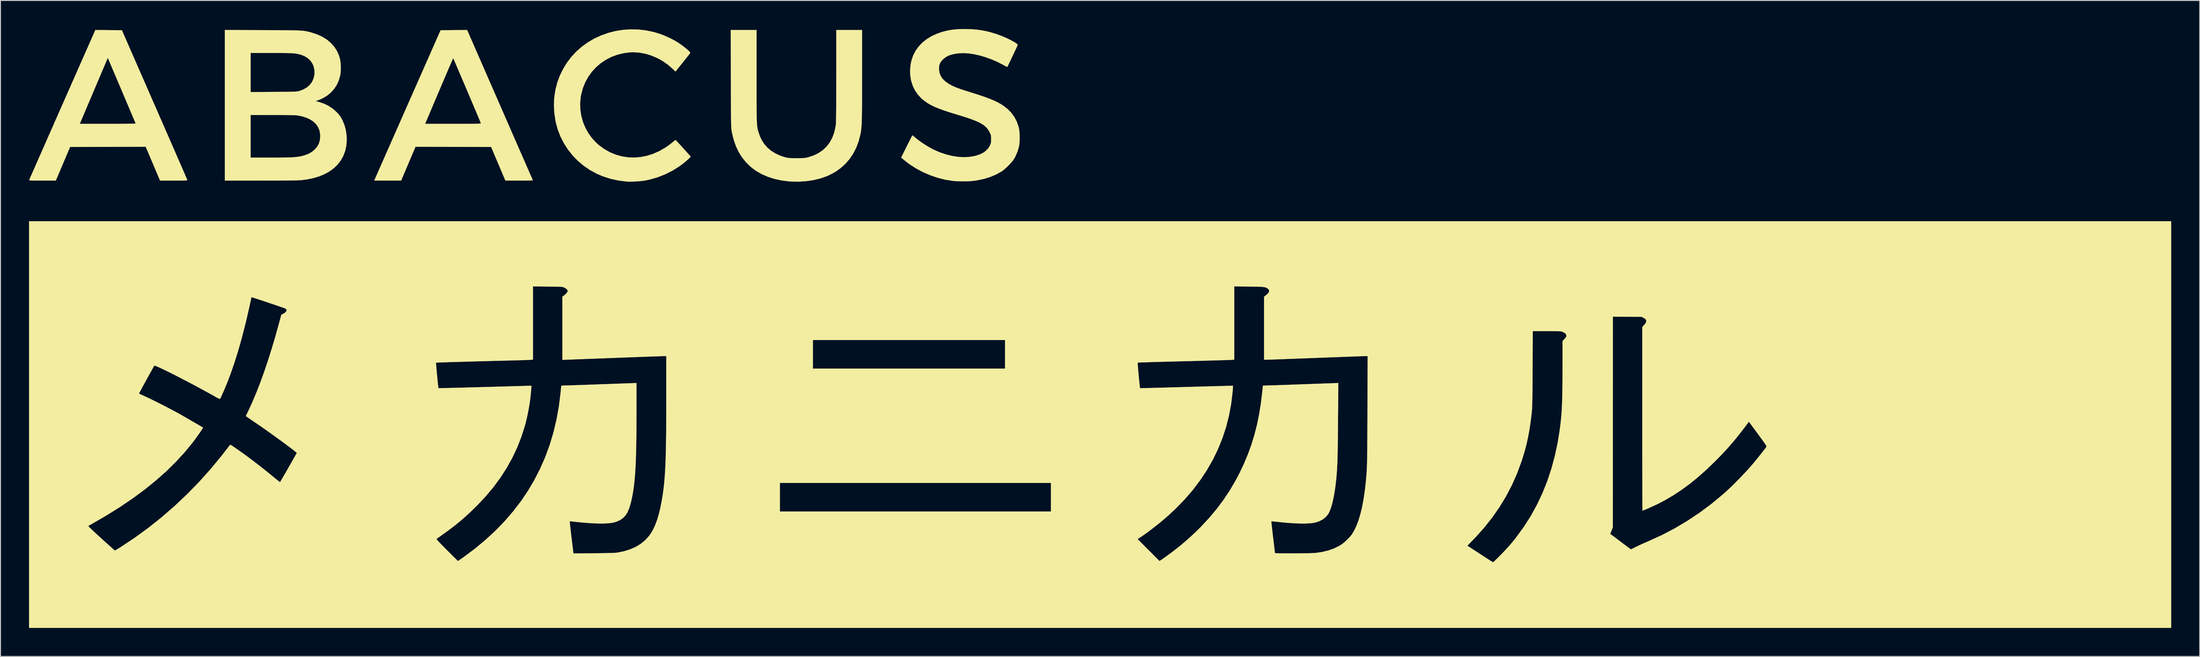
<source format=kicad_pcb>
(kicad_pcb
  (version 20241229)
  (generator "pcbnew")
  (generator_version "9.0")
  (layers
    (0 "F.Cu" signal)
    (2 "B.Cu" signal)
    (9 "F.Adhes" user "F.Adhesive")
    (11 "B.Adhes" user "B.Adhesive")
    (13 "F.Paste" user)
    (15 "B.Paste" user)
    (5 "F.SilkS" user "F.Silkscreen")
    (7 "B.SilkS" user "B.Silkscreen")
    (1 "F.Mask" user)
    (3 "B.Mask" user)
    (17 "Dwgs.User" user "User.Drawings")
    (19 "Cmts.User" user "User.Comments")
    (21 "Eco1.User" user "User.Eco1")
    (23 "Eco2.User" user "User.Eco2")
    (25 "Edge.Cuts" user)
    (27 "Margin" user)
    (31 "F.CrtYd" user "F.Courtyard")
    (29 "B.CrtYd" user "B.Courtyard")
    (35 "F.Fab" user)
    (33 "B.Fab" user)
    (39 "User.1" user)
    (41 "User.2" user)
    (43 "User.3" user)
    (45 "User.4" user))
  (footprint "art"
    (layer "F.Cu")
    (at 112.569 31.475)
    (property "Reference" "art" (at 0 0 0) (layer "F.SilkS") (effects (font (size 1.524 1.524) (thickness 0.3))))
    (attr through_hole)
    (fp_poly (pts (xy -63.079 -23.485) (xy -62.739 -22.708) (xy -62.409 -21.952) (xy -62.089 -21.22) (xy -61.782 -20.517) (xy -61.488 -19.844) (xy -61.209 -19.207) (xy -60.948 -18.609) (xy -60.705 -18.054) (xy -60.482 -17.544) (xy -60.282 -17.085) (xy -60.104 -16.679) (xy -59.951 -16.331) (xy -59.826 -16.043) (xy -59.728 -15.82) (xy -59.66 -15.665) (xy -59.623 -15.582) (xy -59.617 -15.568) (xy -59.654 -15.561) (xy -59.766 -15.554) (xy -59.943 -15.548) (xy -60.177 -15.543) (xy -60.457 -15.539) (xy -60.774 -15.537) (xy -61.053 -15.536) (xy -62.505 -15.537) (xy -63.254 -17.304) (xy -64.002 -19.071) (xy -71.951 -19.093) (xy -72.323 -18.214) (xy -72.461 -17.887) (xy -72.62 -17.513) (xy -72.786 -17.123) (xy -72.945 -16.747) (xy -73.077 -16.436) (xy -73.459 -15.536) (xy -74.872 -15.536) (xy -75.208 -15.537) (xy -75.516 -15.538) (xy -75.785 -15.539) (xy -76.006 -15.541) (xy -76.169 -15.543) (xy -76.264 -15.545) (xy -76.284 -15.547) (xy -76.267 -15.586) (xy -76.218 -15.699) (xy -76.138 -15.882) (xy -76.028 -16.132) (xy -75.89 -16.445) (xy -75.726 -16.816) (xy -75.538 -17.244) (xy -75.326 -17.723) (xy -75.094 -18.251) (xy -74.841 -18.824) (xy -74.57 -19.437) (xy -74.283 -20.088) (xy -73.981 -20.773) (xy -73.665 -21.488) (xy -73.658 -21.505) (xy -70.939 -21.505) (xy -67.998 -21.505) (xy -67.427 -21.505) (xy -66.936 -21.506) (xy -66.517 -21.507) (xy -66.166 -21.508) (xy -65.876 -21.51) (xy -65.642 -21.513) (xy -65.459 -21.517) (xy -65.319 -21.522) (xy -65.218 -21.528) (xy -65.149 -21.536) (xy -65.108 -21.546) (xy -65.087 -21.557) (xy -65.082 -21.57) (xy -65.084 -21.579) (xy -65.114 -21.653) (xy -65.172 -21.795) (xy -65.257 -21.998) (xy -65.364 -22.255) (xy -65.492 -22.56) (xy -65.638 -22.905) (xy -65.798 -23.283) (xy -65.97 -23.689) (xy -66.151 -24.115) (xy -66.338 -24.555) (xy -66.527 -25.001) (xy -66.717 -25.447) (xy -66.904 -25.886) (xy -67.085 -26.311) (xy -67.258 -26.715) (xy -67.419 -27.092) (xy -67.566 -27.435) (xy -67.696 -27.736) (xy -67.805 -27.99) (xy -67.892 -28.19) (xy -67.952 -28.327) (xy -67.984 -28.397) (xy -67.988 -28.404) (xy -68.008 -28.366) (xy -68.058 -28.256) (xy -68.136 -28.079) (xy -68.24 -27.84) (xy -68.367 -27.546) (xy -68.516 -27.202) (xy -68.683 -26.812) (xy -68.866 -26.384) (xy -69.063 -25.922) (xy -69.272 -25.432) (xy -69.475 -24.956) (xy -70.939 -21.505) (xy -73.658 -21.505) (xy -73.338 -22.23) (xy -73.001 -22.994) (xy -72.798 -23.453) (xy -69.312 -31.348) (xy -67.918 -31.359) (xy -66.524 -31.37) (xy -63.079 -23.485)) (stroke (width 0.01) (type solid)) (fill yes) (layer "F.SilkS"))
    (fp_poly (pts (xy -48.549 -31.421) (xy -47.736 -31.329) (xy -46.925 -31.159) (xy -46.339 -30.986) (xy -45.975 -30.853) (xy -45.58 -30.688) (xy -45.182 -30.503) (xy -44.805 -30.31) (xy -44.477 -30.123) (xy -44.408 -30.079) (xy -44.188 -29.932) (xy -43.962 -29.771) (xy -43.742 -29.605) (xy -43.537 -29.441) (xy -43.357 -29.288) (xy -43.213 -29.155) (xy -43.114 -29.05) (xy -43.072 -28.981) (xy -43.072 -28.968) (xy -43.103 -28.923) (xy -43.18 -28.82) (xy -43.296 -28.669) (xy -43.446 -28.479) (xy -43.62 -28.258) (xy -43.814 -28.015) (xy -43.86 -27.957) (xy -44.629 -26.999) (xy -44.91 -27.274) (xy -45.417 -27.718) (xy -45.968 -28.104) (xy -46.555 -28.428) (xy -47.168 -28.687) (xy -47.796 -28.877) (xy -48.43 -28.993) (xy -49.061 -29.033) (xy -49.38 -29.023) (xy -50.072 -28.936) (xy -50.732 -28.775) (xy -51.358 -28.542) (xy -51.942 -28.243) (xy -52.482 -27.881) (xy -52.973 -27.46) (xy -53.411 -26.984) (xy -53.79 -26.458) (xy -54.106 -25.886) (xy -54.356 -25.27) (xy -54.533 -24.617) (xy -54.591 -24.299) (xy -54.649 -23.639) (xy -54.627 -22.981) (xy -54.526 -22.332) (xy -54.35 -21.701) (xy -54.103 -21.096) (xy -53.786 -20.524) (xy -53.402 -19.993) (xy -52.956 -19.511) (xy -52.68 -19.265) (xy -52.119 -18.854) (xy -51.528 -18.52) (xy -50.912 -18.263) (xy -50.276 -18.083) (xy -49.625 -17.981) (xy -48.964 -17.956) (xy -48.299 -18.01) (xy -47.634 -18.141) (xy -46.974 -18.35) (xy -46.326 -18.637) (xy -45.694 -19.003) (xy -45.614 -19.055) (xy -45.413 -19.195) (xy -45.205 -19.348) (xy -45.019 -19.492) (xy -44.918 -19.576) (xy -44.791 -19.682) (xy -44.687 -19.761) (xy -44.624 -19.8) (xy -44.613 -19.802) (xy -44.578 -19.769) (xy -44.493 -19.681) (xy -44.368 -19.546) (xy -44.208 -19.372) (xy -44.023 -19.169) (xy -43.819 -18.943) (xy -43.801 -18.923) (xy -43.02 -18.055) (xy -43.153 -17.914) (xy -43.296 -17.775) (xy -43.49 -17.604) (xy -43.716 -17.417) (xy -43.957 -17.229) (xy -44.193 -17.056) (xy -44.26 -17.009) (xy -44.955 -16.576) (xy -45.7 -16.202) (xy -46.478 -15.894) (xy -47.273 -15.659) (xy -47.863 -15.536) (xy -48.108 -15.502) (xy -48.406 -15.472) (xy -48.732 -15.449) (xy -49.062 -15.433) (xy -49.371 -15.426) (xy -49.636 -15.429) (xy -49.763 -15.436) (xy -50.639 -15.546) (xy -51.479 -15.732) (xy -52.284 -15.994) (xy -52.938 -16.276) (xy -53.637 -16.66) (xy -54.291 -17.11) (xy -54.894 -17.621) (xy -55.442 -18.188) (xy -55.931 -18.806) (xy -56.356 -19.467) (xy -56.713 -20.167) (xy -56.997 -20.9) (xy -57.205 -21.66) (xy -57.23 -21.78) (xy -57.358 -22.622) (xy -57.403 -23.452) (xy -57.367 -24.266) (xy -57.249 -25.063) (xy -57.05 -25.839) (xy -56.771 -26.592) (xy -56.412 -27.319) (xy -56.071 -27.877) (xy -55.596 -28.512) (xy -55.062 -29.09) (xy -54.476 -29.61) (xy -53.843 -30.068) (xy -53.167 -30.463) (xy -52.456 -30.794) (xy -51.714 -31.059) (xy -50.947 -31.256) (xy -50.16 -31.383) (xy -49.358 -31.439) (xy -48.549 -31.421)) (stroke (width 0.01) (type solid)) (fill yes) (layer "F.SilkS"))
    (fp_poly (pts (xy -36.11 -26.532) (xy -36.11 -25.754) (xy -36.11 -25.056) (xy -36.109 -24.432) (xy -36.108 -23.878) (xy -36.106 -23.388) (xy -36.103 -22.958) (xy -36.098 -22.583) (xy -36.092 -22.258) (xy -36.085 -21.977) (xy -36.076 -21.736) (xy -36.064 -21.53) (xy -36.05 -21.353) (xy -36.034 -21.201) (xy -36.015 -21.069) (xy -35.993 -20.952) (xy -35.968 -20.844) (xy -35.94 -20.741) (xy -35.908 -20.638) (xy -35.872 -20.529) (xy -35.855 -20.479) (xy -35.719 -20.115) (xy -35.565 -19.8) (xy -35.375 -19.496) (xy -35.256 -19.331) (xy -34.941 -18.977) (xy -34.558 -18.659) (xy -34.118 -18.384) (xy -33.634 -18.159) (xy -33.167 -18.005) (xy -33.015 -17.966) (xy -32.881 -17.937) (xy -32.749 -17.917) (xy -32.601 -17.904) (xy -32.42 -17.896) (xy -32.189 -17.892) (xy -31.898 -17.891) (xy -31.602 -17.892) (xy -31.372 -17.895) (xy -31.193 -17.902) (xy -31.047 -17.915) (xy -30.915 -17.935) (xy -30.783 -17.964) (xy -30.63 -18.003) (xy -30.628 -18.004) (xy -30.068 -18.193) (xy -29.564 -18.444) (xy -29.119 -18.756) (xy -28.733 -19.127) (xy -28.408 -19.557) (xy -28.144 -20.043) (xy -27.944 -20.584) (xy -27.807 -21.178) (xy -27.772 -21.42) (xy -27.765 -21.525) (xy -27.758 -21.713) (xy -27.752 -21.982) (xy -27.746 -22.329) (xy -27.741 -22.752) (xy -27.737 -23.249) (xy -27.734 -23.818) (xy -27.731 -24.456) (xy -27.73 -25.162) (xy -27.729 -25.933) (xy -27.728 -26.574) (xy -27.728 -31.369) (xy -25.019 -31.369) (xy -25.019 -26.575) (xy -25.019 -25.785) (xy -25.02 -25.075) (xy -25.021 -24.44) (xy -25.023 -23.874) (xy -25.025 -23.372) (xy -25.029 -22.929) (xy -25.033 -22.54) (xy -25.039 -22.201) (xy -25.046 -21.904) (xy -25.055 -21.647) (xy -25.066 -21.423) (xy -25.078 -21.227) (xy -25.092 -21.055) (xy -25.108 -20.901) (xy -25.127 -20.76) (xy -25.148 -20.627) (xy -25.171 -20.497) (xy -25.192 -20.393) (xy -25.376 -19.674) (xy -25.627 -19.003) (xy -25.945 -18.382) (xy -26.326 -17.814) (xy -26.769 -17.302) (xy -27.272 -16.847) (xy -27.834 -16.451) (xy -28.452 -16.118) (xy -28.765 -15.982) (xy -29.437 -15.752) (xy -30.159 -15.581) (xy -30.919 -15.471) (xy -31.706 -15.423) (xy -32.507 -15.439) (xy -32.731 -15.455) (xy -33.487 -15.551) (xy -34.211 -15.709) (xy -34.894 -15.927) (xy -35.532 -16.201) (xy -36.115 -16.53) (xy -36.637 -16.91) (xy -36.753 -17.009) (xy -37.223 -17.471) (xy -37.63 -17.977) (xy -37.977 -18.53) (xy -38.266 -19.137) (xy -38.499 -19.802) (xy -38.681 -20.53) (xy -38.702 -20.637) (xy -38.716 -20.709) (xy -38.728 -20.779) (xy -38.739 -20.853) (xy -38.748 -20.935) (xy -38.757 -21.031) (xy -38.764 -21.146) (xy -38.771 -21.283) (xy -38.776 -21.449) (xy -38.781 -21.647) (xy -38.785 -21.884) (xy -38.789 -22.163) (xy -38.792 -22.489) (xy -38.795 -22.868) (xy -38.797 -23.303) (xy -38.8 -23.801) (xy -38.802 -24.366) (xy -38.804 -25.003) (xy -38.806 -25.716) (xy -38.808 -26.236) (xy -38.823 -31.369) (xy -36.11 -31.369) (xy -36.11 -26.532)) (stroke (width 0.01) (type solid)) (fill yes) (layer "F.SilkS"))
    (fp_poly (pts (xy -104.204 -31.359) (xy -102.807 -31.348) (xy -102.271 -30.12) (xy -102.195 -29.946) (xy -102.087 -29.699) (xy -101.95 -29.384) (xy -101.785 -29.007) (xy -101.595 -28.573) (xy -101.382 -28.086) (xy -101.149 -27.552) (xy -100.897 -26.975) (xy -100.628 -26.361) (xy -100.345 -25.715) (xy -100.051 -25.041) (xy -99.747 -24.345) (xy -99.435 -23.632) (xy -99.117 -22.907) (xy -98.847 -22.288) (xy -98.536 -21.578) (xy -98.235 -20.888) (xy -97.944 -20.222) (xy -97.665 -19.585) (xy -97.401 -18.98) (xy -97.154 -18.412) (xy -96.924 -17.884) (xy -96.713 -17.402) (xy -96.525 -16.968) (xy -96.359 -16.586) (xy -96.218 -16.262) (xy -96.104 -15.998) (xy -96.018 -15.799) (xy -95.962 -15.669) (xy -95.939 -15.612) (xy -95.938 -15.61) (xy -95.937 -15.59) (xy -95.951 -15.574) (xy -95.989 -15.562) (xy -96.058 -15.553) (xy -96.168 -15.546) (xy -96.325 -15.541) (xy -96.539 -15.538) (xy -96.817 -15.537) (xy -97.168 -15.536) (xy -97.358 -15.536) (xy -98.798 -15.536) (xy -99.251 -16.605) (xy -99.391 -16.936) (xy -99.539 -17.286) (xy -99.687 -17.634) (xy -99.825 -17.959) (xy -99.945 -18.241) (xy -100.005 -18.383) (xy -100.307 -19.093) (xy -104.281 -19.082) (xy -108.254 -19.071) (xy -109.002 -17.304) (xy -109.749 -15.538) (xy -111.161 -15.537) (xy -111.544 -15.537) (xy -111.851 -15.538) (xy -112.09 -15.54) (xy -112.268 -15.544) (xy -112.395 -15.549) (xy -112.478 -15.558) (xy -112.526 -15.569) (xy -112.547 -15.584) (xy -112.549 -15.602) (xy -112.546 -15.61) (xy -112.527 -15.656) (xy -112.475 -15.775) (xy -112.392 -15.965) (xy -112.279 -16.22) (xy -112.139 -16.539) (xy -111.973 -16.916) (xy -111.783 -17.349) (xy -111.57 -17.833) (xy -111.335 -18.366) (xy -111.081 -18.942) (xy -110.809 -19.56) (xy -110.521 -20.214) (xy -110.218 -20.901) (xy -109.951 -21.505) (xy -107.231 -21.505) (xy -104.286 -21.505) (xy -103.796 -21.506) (xy -103.331 -21.507) (xy -102.9 -21.509) (xy -102.508 -21.512) (xy -102.162 -21.515) (xy -101.869 -21.519) (xy -101.636 -21.523) (xy -101.469 -21.528) (xy -101.375 -21.533) (xy -101.357 -21.537) (xy -101.376 -21.58) (xy -101.425 -21.695) (xy -101.502 -21.877) (xy -101.606 -22.12) (xy -101.732 -22.418) (xy -101.88 -22.767) (xy -102.047 -23.159) (xy -102.229 -23.59) (xy -102.426 -24.054) (xy -102.634 -24.546) (xy -102.829 -25.006) (xy -103.046 -25.516) (xy -103.252 -26.003) (xy -103.447 -26.462) (xy -103.627 -26.886) (xy -103.791 -27.271) (xy -103.936 -27.61) (xy -104.059 -27.899) (xy -104.159 -28.131) (xy -104.232 -28.302) (xy -104.277 -28.405) (xy -104.292 -28.435) (xy -104.308 -28.396) (xy -104.355 -28.286) (xy -104.43 -28.112) (xy -104.528 -27.88) (xy -104.648 -27.598) (xy -104.787 -27.272) (xy -104.941 -26.909) (xy -105.108 -26.515) (xy -105.285 -26.098) (xy -105.469 -25.665) (xy -105.657 -25.222) (xy -105.846 -24.776) (xy -106.034 -24.333) (xy -106.217 -23.902) (xy -106.393 -23.488) (xy -106.558 -23.098) (xy -106.71 -22.74) (xy -106.845 -22.42) (xy -106.962 -22.144) (xy -107.057 -21.92) (xy -107.127 -21.755) (xy -107.169 -21.655) (xy -107.174 -21.643) (xy -107.231 -21.505) (xy -109.951 -21.505) (xy -109.902 -21.618) (xy -109.574 -22.36) (xy -109.237 -23.125) (xy -109.06 -23.527) (xy -105.6 -31.369) (xy -104.204 -31.359)) (stroke (width 0.01) (type solid)) (fill yes) (layer "F.SilkS"))
    (fp_poly (pts (xy -87.979 -31.356) (xy -87.292 -31.354) (xy -86.683 -31.351) (xy -86.148 -31.348) (xy -85.679 -31.345) (xy -85.271 -31.341) (xy -84.919 -31.336) (xy -84.616 -31.33) (xy -84.357 -31.323) (xy -84.135 -31.313) (xy -83.945 -31.302) (xy -83.781 -31.287) (xy -83.636 -31.271) (xy -83.506 -31.251) (xy -83.384 -31.227) (xy -83.265 -31.201) (xy -83.141 -31.17) (xy -83.008 -31.135) (xy -82.886 -31.102) (xy -82.288 -30.907) (xy -81.746 -30.658) (xy -81.265 -30.357) (xy -80.846 -30.006) (xy -80.492 -29.61) (xy -80.207 -29.17) (xy -79.994 -28.689) (xy -79.865 -28.228) (xy -79.825 -27.946) (xy -79.803 -27.613) (xy -79.802 -27.262) (xy -79.82 -26.925) (xy -79.858 -26.633) (xy -79.865 -26.594) (xy -80.014 -26.069) (xy -80.235 -25.586) (xy -80.524 -25.149) (xy -80.877 -24.764) (xy -81.292 -24.432) (xy -81.765 -24.16) (xy -82.191 -23.983) (xy -82.45 -23.893) (xy -82.097 -23.801) (xy -81.578 -23.628) (xy -81.087 -23.389) (xy -80.64 -23.092) (xy -80.276 -22.769) (xy -80.086 -22.569) (xy -79.941 -22.398) (xy -79.822 -22.23) (xy -79.71 -22.038) (xy -79.626 -21.877) (xy -79.421 -21.387) (xy -79.277 -20.854) (xy -79.196 -20.297) (xy -79.179 -19.732) (xy -79.227 -19.178) (xy -79.332 -18.691) (xy -79.527 -18.159) (xy -79.791 -17.674) (xy -80.125 -17.235) (xy -80.526 -16.844) (xy -80.993 -16.501) (xy -81.524 -16.208) (xy -82.119 -15.966) (xy -82.776 -15.775) (xy -83.493 -15.637) (xy -83.941 -15.581) (xy -84.068 -15.573) (xy -84.276 -15.565) (xy -84.561 -15.559) (xy -84.92 -15.553) (xy -85.35 -15.547) (xy -85.847 -15.543) (xy -86.408 -15.54) (xy -87.028 -15.538) (xy -87.705 -15.537) (xy -88.185 -15.536) (xy -91.99 -15.536) (xy -91.99 -17.949) (xy -89.281 -17.949) (xy -87.281 -17.949) (xy -86.854 -17.95) (xy -86.433 -17.953) (xy -86.031 -17.957) (xy -85.658 -17.963) (xy -85.327 -17.969) (xy -85.049 -17.977) (xy -84.835 -17.985) (xy -84.726 -17.992) (xy -84.158 -18.06) (xy -83.659 -18.174) (xy -83.225 -18.335) (xy -82.852 -18.544) (xy -82.537 -18.803) (xy -82.526 -18.814) (xy -82.274 -19.115) (xy -82.099 -19.442) (xy -81.996 -19.803) (xy -81.963 -20.206) (xy -81.968 -20.366) (xy -82.029 -20.762) (xy -82.166 -21.12) (xy -82.376 -21.44) (xy -82.656 -21.72) (xy -83.005 -21.957) (xy -83.421 -22.151) (xy -83.902 -22.299) (xy -84.391 -22.392) (xy -84.494 -22.401) (xy -84.673 -22.409) (xy -84.921 -22.416) (xy -85.228 -22.422) (xy -85.586 -22.428) (xy -85.989 -22.432) (xy -86.426 -22.434) (xy -86.89 -22.436) (xy -86.984 -22.436) (xy -89.281 -22.437) (xy -89.281 -17.949) (xy -91.99 -17.949) (xy -91.99 -24.846) (xy -89.281 -24.846) (xy -86.857 -24.861) (xy -86.336 -24.864) (xy -85.892 -24.868) (xy -85.519 -24.871) (xy -85.209 -24.876) (xy -84.955 -24.881) (xy -84.75 -24.887) (xy -84.587 -24.894) (xy -84.459 -24.903) (xy -84.359 -24.914) (xy -84.28 -24.926) (xy -84.214 -24.941) (xy -84.18 -24.951) (xy -83.74 -25.115) (xy -83.368 -25.329) (xy -83.065 -25.591) (xy -82.832 -25.899) (xy -82.669 -26.254) (xy -82.577 -26.655) (xy -82.566 -26.752) (xy -82.572 -27.151) (xy -82.659 -27.545) (xy -82.758 -27.79) (xy -82.955 -28.104) (xy -83.221 -28.371) (xy -83.552 -28.589) (xy -83.945 -28.757) (xy -84.397 -28.872) (xy -84.645 -28.91) (xy -84.777 -28.92) (xy -84.985 -28.93) (xy -85.262 -28.938) (xy -85.599 -28.945) (xy -85.99 -28.95) (xy -86.426 -28.954) (xy -86.9 -28.956) (xy -87.154 -28.956) (xy -89.281 -28.956) (xy -89.281 -24.846) (xy -91.99 -24.846) (xy -91.99 -31.373) (xy -87.979 -31.356)) (stroke (width 0.01) (type solid)) (fill yes) (layer "F.SilkS"))
    (fp_poly (pts (xy -13.515 -31.453) (xy -12.858 -31.398) (xy -12.227 -31.299) (xy -11.597 -31.154) (xy -10.942 -30.958) (xy -10.764 -30.898) (xy -10.475 -30.792) (xy -10.178 -30.672) (xy -9.881 -30.541) (xy -9.595 -30.407) (xy -9.33 -30.272) (xy -9.095 -30.144) (xy -8.901 -30.027) (xy -8.757 -29.926) (xy -8.674 -29.846) (xy -8.658 -29.8) (xy -8.681 -29.746) (xy -8.734 -29.629) (xy -8.812 -29.461) (xy -8.909 -29.253) (xy -9.02 -29.016) (xy -9.14 -28.762) (xy -9.263 -28.503) (xy -9.383 -28.251) (xy -9.495 -28.016) (xy -9.593 -27.81) (xy -9.673 -27.646) (xy -9.728 -27.534) (xy -9.753 -27.487) (xy -9.753 -27.486) (xy -9.794 -27.5) (xy -9.893 -27.548) (xy -10.037 -27.623) (xy -10.211 -27.718) (xy -10.228 -27.727) (xy -10.817 -28.028) (xy -11.427 -28.292) (xy -12.047 -28.516) (xy -12.664 -28.695) (xy -13.268 -28.829) (xy -13.846 -28.912) (xy -14.386 -28.943) (xy -14.868 -28.919) (xy -15.291 -28.858) (xy -15.646 -28.776) (xy -15.945 -28.669) (xy -16.204 -28.529) (xy -16.436 -28.352) (xy -16.538 -28.256) (xy -16.724 -28.044) (xy -16.846 -27.831) (xy -16.912 -27.594) (xy -16.93 -27.313) (xy -16.925 -27.181) (xy -16.871 -26.839) (xy -16.747 -26.526) (xy -16.552 -26.239) (xy -16.281 -25.972) (xy -15.932 -25.723) (xy -15.579 -25.527) (xy -15.399 -25.441) (xy -15.196 -25.354) (xy -14.96 -25.262) (xy -14.682 -25.162) (xy -14.352 -25.051) (xy -13.96 -24.924) (xy -13.504 -24.782) (xy -12.904 -24.593) (xy -12.378 -24.418) (xy -11.917 -24.256) (xy -11.514 -24.101) (xy -11.159 -23.951) (xy -10.843 -23.802) (xy -10.559 -23.651) (xy -10.298 -23.494) (xy -10.208 -23.435) (xy -9.74 -23.077) (xy -9.341 -22.671) (xy -9.011 -22.22) (xy -8.753 -21.726) (xy -8.57 -21.195) (xy -8.528 -21.018) (xy -8.486 -20.753) (xy -8.461 -20.432) (xy -8.452 -20.084) (xy -8.459 -19.735) (xy -8.482 -19.412) (xy -8.521 -19.141) (xy -8.527 -19.113) (xy -8.688 -18.56) (xy -8.92 -18.033) (xy -9.02 -17.853) (xy -9.152 -17.66) (xy -9.336 -17.435) (xy -9.555 -17.197) (xy -9.79 -16.962) (xy -10.025 -16.749) (xy -10.242 -16.576) (xy -10.329 -16.515) (xy -10.903 -16.19) (xy -11.536 -15.92) (xy -12.224 -15.707) (xy -12.961 -15.555) (xy -13.399 -15.495) (xy -13.636 -15.476) (xy -13.933 -15.464) (xy -14.268 -15.459) (xy -14.615 -15.461) (xy -14.951 -15.469) (xy -15.252 -15.484) (xy -15.447 -15.5) (xy -16.246 -15.623) (xy -17.05 -15.823) (xy -17.847 -16.094) (xy -18.624 -16.431) (xy -19.367 -16.829) (xy -20.063 -17.281) (xy -20.576 -17.676) (xy -20.91 -17.955) (xy -20.335 -19.106) (xy -20.191 -19.393) (xy -20.059 -19.656) (xy -19.944 -19.884) (xy -19.85 -20.069) (xy -19.783 -20.2) (xy -19.746 -20.268) (xy -19.742 -20.276) (xy -19.726 -20.283) (xy -19.695 -20.271) (xy -19.64 -20.232) (xy -19.548 -20.159) (xy -19.408 -20.041) (xy -19.32 -19.967) (xy -19.037 -19.743) (xy -18.7 -19.504) (xy -18.333 -19.264) (xy -17.959 -19.039) (xy -17.603 -18.844) (xy -17.508 -18.796) (xy -16.865 -18.514) (xy -16.21 -18.29) (xy -15.556 -18.128) (xy -14.913 -18.028) (xy -14.293 -17.995) (xy -13.708 -18.03) (xy -13.699 -18.031) (xy -13.167 -18.125) (xy -12.707 -18.262) (xy -12.317 -18.445) (xy -11.997 -18.672) (xy -11.745 -18.946) (xy -11.582 -19.219) (xy -11.519 -19.36) (xy -11.48 -19.478) (xy -11.46 -19.604) (xy -11.453 -19.767) (xy -11.452 -19.901) (xy -11.455 -20.097) (xy -11.466 -20.239) (xy -11.493 -20.357) (xy -11.541 -20.481) (xy -11.611 -20.626) (xy -11.73 -20.837) (xy -11.872 -21.03) (xy -12.043 -21.209) (xy -12.251 -21.376) (xy -12.501 -21.536) (xy -12.8 -21.692) (xy -13.155 -21.847) (xy -13.571 -22.006) (xy -14.055 -22.172) (xy -14.614 -22.347) (xy -14.838 -22.415) (xy -15.464 -22.605) (xy -16.015 -22.78) (xy -16.499 -22.944) (xy -16.922 -23.1) (xy -17.294 -23.251) (xy -17.62 -23.4) (xy -17.91 -23.552) (xy -18.17 -23.71) (xy -18.408 -23.876) (xy -18.632 -24.056) (xy -18.824 -24.227) (xy -19.184 -24.621) (xy -19.479 -25.063) (xy -19.707 -25.548) (xy -19.866 -26.067) (xy -19.954 -26.613) (xy -19.97 -27.178) (xy -19.912 -27.757) (xy -19.83 -28.149) (xy -19.653 -28.678) (xy -19.401 -29.171) (xy -19.078 -29.624) (xy -18.688 -30.036) (xy -18.232 -30.401) (xy -17.716 -30.719) (xy -17.142 -30.984) (xy -16.573 -31.178) (xy -16.163 -31.285) (xy -15.761 -31.365) (xy -15.347 -31.421) (xy -14.898 -31.455) (xy -14.394 -31.469) (xy -14.224 -31.47) (xy -13.515 -31.453)) (stroke (width 0.01) (type solid)) (fill yes) (layer "F.SilkS"))
    (fp_poly (pts (xy 112.564 31.496) (xy -112.564 31.496) (xy -112.564 20.775) (xy -106.332 20.775) (xy -106.317 20.81) (xy -106.242 20.897) (xy -106.105 21.036) (xy -105.907 21.227) (xy -105.645 21.473) (xy -105.32 21.772) (xy -104.977 22.085) (xy -104.686 22.348) (xy -104.414 22.594) (xy -104.167 22.816) (xy -103.953 23.007) (xy -103.777 23.164) (xy -103.645 23.279) (xy -103.565 23.348) (xy -103.543 23.365) (xy -103.5 23.345) (xy -103.398 23.287) (xy -103.251 23.199) (xy -103.072 23.088) (xy -102.971 23.025) (xy -101.494 22.048) (xy -100.048 20.995) (xy -98.636 19.871) (xy -97.265 18.681) (xy -95.94 17.428) (xy -94.665 16.119) (xy -93.447 14.759) (xy -92.289 13.351) (xy -91.764 12.668) (xy -91.639 12.505) (xy -91.533 12.37) (xy -91.455 12.276) (xy -91.415 12.235) (xy -91.413 12.234) (xy -91.367 12.258) (xy -91.262 12.325) (xy -91.107 12.428) (xy -90.913 12.561) (xy -90.689 12.716) (xy -90.444 12.888) (xy -90.188 13.07) (xy -89.93 13.255) (xy -89.681 13.436) (xy -89.62 13.481) (xy -88.998 13.945) (xy -88.343 14.45) (xy -87.679 14.975) (xy -87.032 15.501) (xy -86.874 15.631) (xy -86.674 15.796) (xy -86.496 15.94) (xy -86.35 16.056) (xy -86.247 16.136) (xy -86.197 16.17) (xy -86.194 16.171) (xy -86.168 16.136) (xy -86.104 16.034) (xy -86.008 15.874) (xy -85.884 15.663) (xy -85.736 15.409) (xy -85.57 15.119) (xy -85.388 14.802) (xy -85.294 14.637) (xy -84.424 13.102) (xy -84.535 13.003) (xy -84.659 12.9) (xy -84.844 12.753) (xy -85.082 12.571) (xy -85.365 12.358) (xy -85.685 12.12) (xy -86.032 11.865) (xy -86.4 11.597) (xy -86.779 11.322) (xy -87.161 11.048) (xy -87.539 10.779) (xy -87.903 10.521) (xy -88.246 10.282) (xy -88.56 10.066) (xy -88.835 9.879) (xy -88.858 9.864) (xy -89.053 9.733) (xy -89.255 9.595) (xy -89.434 9.472) (xy -89.521 9.411) (xy -89.782 9.226) (xy -89.484 8.603) (xy -89.073 7.703) (xy -88.662 6.724) (xy -88.253 5.672) (xy -87.848 4.551) (xy -87.546 3.658) (xy -69.795 3.658) (xy -69.788 3.775) (xy -69.775 3.951) (xy -69.756 4.175) (xy -69.733 4.433) (xy -69.707 4.714) (xy -69.679 5.005) (xy -69.651 5.294) (xy -69.624 5.568) (xy -69.598 5.816) (xy -69.575 6.024) (xy -69.557 6.181) (xy -69.543 6.274) (xy -69.538 6.295) (xy -69.496 6.295) (xy -69.374 6.293) (xy -69.18 6.289) (xy -68.92 6.283) (xy -68.598 6.275) (xy -68.223 6.266) (xy -67.798 6.255) (xy -67.331 6.243) (xy -66.827 6.23) (xy -66.293 6.216) (xy -65.734 6.201) (xy -65.156 6.185) (xy -64.566 6.169) (xy -63.969 6.153) (xy -63.371 6.136) (xy -62.779 6.12) (xy -62.198 6.103) (xy -61.635 6.087) (xy -61.095 6.072) (xy -60.584 6.057) (xy -60.161 6.044) (xy -59.764 6.032) (xy -59.793 6.456) (xy -59.852 7.106) (xy -59.943 7.804) (xy -60.062 8.522) (xy -60.203 9.23) (xy -60.36 9.899) (xy -60.449 10.228) (xy -60.818 11.391) (xy -61.258 12.516) (xy -61.771 13.606) (xy -62.357 14.664) (xy -63.019 15.693) (xy -63.758 16.695) (xy -64.576 17.672) (xy -65.475 18.629) (xy -65.707 18.86) (xy -66.246 19.377) (xy -66.76 19.848) (xy -67.268 20.288) (xy -67.792 20.713) (xy -68.349 21.14) (xy -68.959 21.585) (xy -69.067 21.662) (xy -69.271 21.807) (xy -69.453 21.937) (xy -69.6 22.043) (xy -69.701 22.116) (xy -69.743 22.148) (xy -69.724 22.187) (xy -69.649 22.28) (xy -69.52 22.423) (xy -69.342 22.613) (xy -69.118 22.845) (xy -68.853 23.115) (xy -68.643 23.327) (xy -68.387 23.582) (xy -68.151 23.817) (xy -67.941 24.026) (xy -67.763 24.202) (xy -67.624 24.338) (xy -67.53 24.429) (xy -67.489 24.468) (xy -67.487 24.469) (xy -67.45 24.445) (xy -67.355 24.381) (xy -67.215 24.284) (xy -67.04 24.161) (xy -66.894 24.058) (xy -65.713 23.176) (xy -64.601 22.252) (xy -63.558 21.289) (xy -62.588 20.289) (xy -61.691 19.252) (xy -60.87 18.182) (xy -60.162 17.136) (xy -59.472 15.972) (xy -58.856 14.772) (xy -58.314 13.533) (xy -57.845 12.256) (xy -57.45 10.938) (xy -57.127 9.579) (xy -56.876 8.177) (xy -56.699 6.748) (xy -56.628 6.024) (xy -55.672 5.995) (xy -55.341 5.985) (xy -54.954 5.973) (xy -54.538 5.959) (xy -54.122 5.944) (xy -53.732 5.931) (xy -53.594 5.925) (xy -53.054 5.906) (xy -52.518 5.886) (xy -51.992 5.867) (xy -51.483 5.848) (xy -50.999 5.831) (xy -50.546 5.815) (xy -50.131 5.8) (xy -49.762 5.787) (xy -49.445 5.776) (xy -49.187 5.768) (xy -48.995 5.761) (xy -48.876 5.758) (xy -48.842 5.757) (xy -48.726 5.757) (xy -48.727 8.901) (xy -48.729 9.923) (xy -48.734 10.865) (xy -48.743 11.734) (xy -48.757 12.532) (xy -48.775 13.266) (xy -48.798 13.941) (xy -48.826 14.562) (xy -48.86 15.133) (xy -48.9 15.66) (xy -48.946 16.148) (xy -48.998 16.602) (xy -49.057 17.026) (xy -49.124 17.427) (xy -49.198 17.808) (xy -49.279 18.176) (xy -49.36 18.5) (xy -49.505 18.966) (xy -49.678 19.357) (xy -49.886 19.681) (xy -50.135 19.944) (xy -50.432 20.153) (xy -50.782 20.315) (xy -51.083 20.41) (xy -51.367 20.466) (xy -51.727 20.504) (xy -52.156 20.523) (xy -52.646 20.525) (xy -53.191 20.508) (xy -53.783 20.473) (xy -54.417 20.421) (xy -55.009 20.36) (xy -55.245 20.334) (xy -55.451 20.313) (xy -55.611 20.299) (xy -55.712 20.293) (xy -55.741 20.294) (xy -55.74 20.338) (xy -55.729 20.458) (xy -55.71 20.643) (xy -55.684 20.885) (xy -55.651 21.175) (xy -55.613 21.504) (xy -55.571 21.863) (xy -55.555 21.991) (xy -55.354 23.671) (xy -53.193 23.653) (xy -52.6 23.646) (xy -52.084 23.639) (xy -51.645 23.629) (xy -51.285 23.619) (xy -51.006 23.607) (xy -50.81 23.593) (xy -50.717 23.582) (xy -50.011 23.434) (xy -49.37 23.231) (xy -48.792 22.974) (xy -48.278 22.661) (xy -47.826 22.293) (xy -47.705 22.162) (xy 3.939 22.162) (xy 5.09 23.314) (xy 6.241 24.466) (xy 6.369 24.385) (xy 6.453 24.33) (xy 6.587 24.238) (xy 6.754 24.121) (xy 6.938 23.992) (xy 6.96 23.977) (xy 7.729 23.408) (xy 8.506 22.787) (xy 9.268 22.134) (xy 9.993 21.468) (xy 10.592 20.876) (xy 11.465 19.935) (xy 12.261 18.985) (xy 12.987 18.014) (xy 13.65 17.013) (xy 14.259 15.972) (xy 14.663 15.198) (xy 15.131 14.207) (xy 15.544 13.218) (xy 15.906 12.219) (xy 16.219 11.199) (xy 16.486 10.148) (xy 16.71 9.054) (xy 16.895 7.908) (xy 17.043 6.698) (xy 17.082 6.303) (xy 17.108 6.024) (xy 18.068 5.996) (xy 18.4 5.985) (xy 18.789 5.973) (xy 19.206 5.959) (xy 19.624 5.944) (xy 20.014 5.931) (xy 20.151 5.925) (xy 20.706 5.905) (xy 21.254 5.885) (xy 21.789 5.865) (xy 22.304 5.847) (xy 22.792 5.829) (xy 23.246 5.813) (xy 23.66 5.798) (xy 24.027 5.786) (xy 24.339 5.775) (xy 24.591 5.767) (xy 24.775 5.761) (xy 24.885 5.758) (xy 24.909 5.757) (xy 25.032 5.757) (xy 25.005 9.641) (xy 24.999 10.448) (xy 24.992 11.176) (xy 24.985 11.833) (xy 24.977 12.424) (xy 24.967 12.957) (xy 24.956 13.437) (xy 24.943 13.871) (xy 24.929 14.266) (xy 24.911 14.629) (xy 24.892 14.965) (xy 24.869 15.281) (xy 24.844 15.584) (xy 24.815 15.879) (xy 24.782 16.175) (xy 24.746 16.476) (xy 24.721 16.669) (xy 24.634 17.263) (xy 24.534 17.811) (xy 24.424 18.306) (xy 24.304 18.741) (xy 24.178 19.109) (xy 24.045 19.404) (xy 23.961 19.548) (xy 23.707 19.852) (xy 23.389 20.101) (xy 23.006 20.296) (xy 22.655 20.412) (xy 22.38 20.466) (xy 22.029 20.503) (xy 21.61 20.523) (xy 21.132 20.525) (xy 20.601 20.51) (xy 20.026 20.478) (xy 19.414 20.43) (xy 18.773 20.364) (xy 18.736 20.36) (xy 18.499 20.334) (xy 18.293 20.314) (xy 18.132 20.301) (xy 18.03 20.295) (xy 18 20.298) (xy 18 20.343) (xy 18.01 20.462) (xy 18.029 20.648) (xy 18.054 20.89) (xy 18.086 21.18) (xy 18.124 21.508) (xy 18.166 21.865) (xy 18.177 21.959) (xy 18.22 22.323) (xy 18.261 22.66) (xy 18.296 22.962) (xy 18.326 23.219) (xy 18.35 23.422) (xy 18.366 23.561) (xy 18.373 23.628) (xy 18.373 23.633) (xy 18.414 23.641) (xy 18.529 23.648) (xy 18.71 23.653) (xy 18.946 23.658) (xy 19.229 23.661) (xy 19.547 23.663) (xy 19.892 23.664) (xy 20.253 23.664) (xy 20.622 23.662) (xy 20.988 23.66) (xy 21.341 23.656) (xy 21.673 23.652) (xy 21.972 23.646) (xy 22.231 23.64) (xy 22.438 23.632) (xy 22.584 23.624) (xy 22.612 23.622) (xy 23.317 23.521) (xy 23.975 23.363) (xy 24.58 23.149) (xy 25.125 22.881) (xy 25.163 22.857) (xy 38.6 22.857) (xy 39.313 23.322) (xy 39.588 23.501) (xy 39.891 23.699) (xy 40.197 23.899) (xy 40.477 24.082) (xy 40.64 24.189) (xy 40.843 24.32) (xy 41.024 24.434) (xy 41.169 24.523) (xy 41.266 24.578) (xy 41.3 24.593) (xy 41.342 24.565) (xy 41.433 24.484) (xy 41.567 24.358) (xy 41.733 24.196) (xy 41.924 24.006) (xy 42.084 23.844) (xy 42.431 23.486) (xy 42.732 23.165) (xy 43.003 22.864) (xy 43.26 22.564) (xy 43.52 22.246) (xy 43.736 21.971) (xy 43.999 21.611) (xy 53.61 21.611) (xy 54.692 22.425) (xy 54.955 22.623) (xy 55.196 22.803) (xy 55.407 22.961) (xy 55.578 23.089) (xy 55.703 23.181) (xy 55.773 23.232) (xy 55.785 23.24) (xy 55.825 23.222) (xy 55.927 23.174) (xy 56.077 23.101) (xy 56.261 23.01) (xy 56.336 22.972) (xy 56.557 22.865) (xy 56.831 22.738) (xy 57.132 22.601) (xy 57.436 22.467) (xy 57.658 22.372) (xy 59.038 21.742) (xy 60.391 21.034) (xy 61.712 20.25) (xy 62.998 19.393) (xy 64.242 18.467) (xy 65.441 17.473) (xy 65.722 17.225) (xy 66.022 16.949) (xy 66.361 16.624) (xy 66.726 16.265) (xy 67.102 15.885) (xy 67.474 15.5) (xy 67.829 15.126) (xy 68.151 14.776) (xy 68.425 14.465) (xy 68.454 14.432) (xy 68.622 14.233) (xy 68.811 14.005) (xy 69.012 13.758) (xy 69.217 13.505) (xy 69.416 13.255) (xy 69.601 13.021) (xy 69.764 12.811) (xy 69.895 12.639) (xy 69.986 12.514) (xy 70.019 12.465) (xy 70.029 12.437) (xy 70.026 12.4) (xy 70.006 12.347) (xy 69.964 12.27) (xy 69.897 12.163) (xy 69.798 12.019) (xy 69.665 11.831) (xy 69.493 11.593) (xy 69.276 11.298) (xy 69.131 11.1) (xy 68.19 9.823) (xy 67.766 10.383) (xy 67.311 10.975) (xy 66.885 11.511) (xy 66.471 12.01) (xy 66.055 12.489) (xy 65.621 12.965) (xy 65.153 13.457) (xy 64.637 13.981) (xy 64.603 14.015) (xy 63.728 14.859) (xy 62.865 15.628) (xy 62.008 16.326) (xy 61.149 16.96) (xy 60.279 17.536) (xy 59.39 18.059) (xy 58.644 18.452) (xy 58.497 18.523) (xy 58.308 18.611) (xy 58.094 18.71) (xy 57.866 18.812) (xy 57.639 18.913) (xy 57.427 19.005) (xy 57.243 19.083) (xy 57.102 19.141) (xy 57.018 19.173) (xy 57.001 19.177) (xy 56.999 19.135) (xy 56.997 19.013) (xy 56.996 18.813) (xy 56.994 18.54) (xy 56.992 18.197) (xy 56.991 17.788) (xy 56.989 17.317) (xy 56.988 16.788) (xy 56.986 16.204) (xy 56.985 15.569) (xy 56.984 14.887) (xy 56.983 14.162) (xy 56.982 13.397) (xy 56.982 12.596) (xy 56.981 11.763) (xy 56.981 10.901) (xy 56.981 10.015) (xy 56.981 9.519) (xy 56.981 -0.139) (xy 57.169 -0.341) (xy 57.323 -0.535) (xy 57.396 -0.704) (xy 57.389 -0.852) (xy 57.301 -0.982) (xy 57.132 -1.097) (xy 57.13 -1.098) (xy 56.92 -1.206) (xy 55.405 -1.219) (xy 53.89 -1.231) (xy 53.888 9.852) (xy 53.886 20.934) (xy 53.748 21.273) (xy 53.61 21.611) (xy 43.999 21.611) (xy 44.527 20.889) (xy 45.248 19.759) (xy 45.898 18.583) (xy 46.478 17.36) (xy 46.988 16.089) (xy 47.427 14.771) (xy 47.796 13.407) (xy 48.095 11.994) (xy 48.277 10.88) (xy 48.333 10.473) (xy 48.383 10.08) (xy 48.426 9.695) (xy 48.463 9.307) (xy 48.495 8.91) (xy 48.522 8.496) (xy 48.544 8.055) (xy 48.561 7.581) (xy 48.575 7.064) (xy 48.585 6.498) (xy 48.592 5.873) (xy 48.596 5.182) (xy 48.598 4.417) (xy 48.598 4.195) (xy 48.599 1.342) (xy 48.787 1.14) (xy 48.891 1.018) (xy 48.97 0.901) (xy 49.004 0.829) (xy 48.998 0.689) (xy 48.91 0.557) (xy 48.744 0.437) (xy 48.67 0.399) (xy 48.61 0.372) (xy 48.553 0.35) (xy 48.49 0.333) (xy 48.41 0.32) (xy 48.305 0.311) (xy 48.164 0.304) (xy 47.979 0.3) (xy 47.74 0.298) (xy 47.437 0.297) (xy 47.061 0.297) (xy 46.961 0.297) (xy 45.472 0.296) (xy 45.454 4.244) (xy 45.451 4.941) (xy 45.447 5.56) (xy 45.444 6.105) (xy 45.44 6.583) (xy 45.435 7) (xy 45.43 7.36) (xy 45.424 7.671) (xy 45.418 7.937) (xy 45.411 8.165) (xy 45.402 8.36) (xy 45.393 8.528) (xy 45.382 8.675) (xy 45.371 8.806) (xy 45.366 8.848) (xy 45.257 9.763) (xy 45.131 10.613) (xy 44.984 11.415) (xy 44.812 12.188) (xy 44.612 12.95) (xy 44.379 13.719) (xy 44.282 14.012) (xy 43.819 15.265) (xy 43.282 16.478) (xy 42.67 17.651) (xy 41.983 18.786) (xy 41.221 19.882) (xy 40.383 20.94) (xy 39.47 21.962) (xy 39.25 22.191) (xy 38.6 22.857) (xy 25.163 22.857) (xy 25.358 22.738) (xy 25.559 22.589) (xy 25.787 22.392) (xy 26.019 22.171) (xy 26.232 21.947) (xy 26.403 21.743) (xy 26.438 21.696) (xy 26.704 21.265) (xy 26.948 20.753) (xy 27.17 20.161) (xy 27.369 19.49) (xy 27.546 18.742) (xy 27.699 17.918) (xy 27.829 17.018) (xy 27.917 16.235) (xy 27.94 16.004) (xy 27.96 15.787) (xy 27.979 15.581) (xy 27.995 15.378) (xy 28.01 15.174) (xy 28.023 14.964) (xy 28.034 14.741) (xy 28.044 14.502) (xy 28.053 14.24) (xy 28.06 13.95) (xy 28.067 13.627) (xy 28.072 13.265) (xy 28.077 12.86) (xy 28.081 12.405) (xy 28.085 11.896) (xy 28.088 11.328) (xy 28.09 10.694) (xy 28.093 9.989) (xy 28.096 9.209) (xy 28.097 8.647) (xy 28.115 2.921) (xy 27.869 2.921) (xy 27.795 2.923) (xy 27.642 2.927) (xy 27.416 2.935) (xy 27.122 2.945) (xy 26.765 2.958) (xy 26.352 2.973) (xy 25.888 2.99) (xy 25.378 3.009) (xy 24.828 3.029) (xy 24.243 3.051) (xy 23.63 3.074) (xy 22.993 3.098) (xy 22.648 3.111) (xy 22.002 3.136) (xy 21.377 3.16) (xy 20.778 3.182) (xy 20.21 3.204) (xy 19.68 3.223) (xy 19.193 3.241) (xy 18.754 3.257) (xy 18.369 3.271) (xy 18.044 3.283) (xy 17.783 3.292) (xy 17.593 3.298) (xy 17.48 3.301) (xy 17.452 3.302) (xy 17.23 3.302) (xy 17.23 -3.329) (xy 17.415 -3.468) (xy 17.617 -3.642) (xy 17.735 -3.803) (xy 17.771 -3.948) (xy 17.725 -4.078) (xy 17.616 -4.179) (xy 17.538 -4.228) (xy 17.462 -4.269) (xy 17.377 -4.302) (xy 17.275 -4.327) (xy 17.146 -4.347) (xy 16.981 -4.362) (xy 16.772 -4.373) (xy 16.509 -4.38) (xy 16.182 -4.386) (xy 15.783 -4.391) (xy 15.632 -4.392) (xy 14.097 -4.407) (xy 14.097 3.294) (xy 13.748 3.319) (xy 13.651 3.323) (xy 13.477 3.33) (xy 13.232 3.338) (xy 12.924 3.348) (xy 12.561 3.359) (xy 12.148 3.371) (xy 11.694 3.384) (xy 11.206 3.398) (xy 10.69 3.412) (xy 10.155 3.426) (xy 9.97 3.431) (xy 9.128 3.452) (xy 8.368 3.472) (xy 7.684 3.49) (xy 7.073 3.506) (xy 6.531 3.52) (xy 6.053 3.533) (xy 5.637 3.545) (xy 5.277 3.555) (xy 4.971 3.565) (xy 4.713 3.573) (xy 4.501 3.58) (xy 4.33 3.587) (xy 4.196 3.593) (xy 4.095 3.599) (xy 4.024 3.604) (xy 3.978 3.609) (xy 3.953 3.613) (xy 3.947 3.617) (xy 3.946 3.662) (xy 3.952 3.78) (xy 3.965 3.957) (xy 3.983 4.181) (xy 4.005 4.44) (xy 4.031 4.721) (xy 4.058 5.012) (xy 4.086 5.3) (xy 4.113 5.574) (xy 4.139 5.82) (xy 4.162 6.026) (xy 4.181 6.181) (xy 4.195 6.271) (xy 4.201 6.289) (xy 4.244 6.29) (xy 4.367 6.289) (xy 4.564 6.285) (xy 4.83 6.28) (xy 5.159 6.272) (xy 5.547 6.263) (xy 5.987 6.252) (xy 6.474 6.239) (xy 7.004 6.225) (xy 7.57 6.209) (xy 8.168 6.193) (xy 8.793 6.175) (xy 9.083 6.167) (xy 9.718 6.149) (xy 10.328 6.132) (xy 10.91 6.115) (xy 11.457 6.1) (xy 11.964 6.087) (xy 12.426 6.074) (xy 12.838 6.063) (xy 13.194 6.054) (xy 13.489 6.047) (xy 13.717 6.042) (xy 13.874 6.039) (xy 13.955 6.038) (xy 13.964 6.038) (xy 13.966 6.082) (xy 13.962 6.194) (xy 13.951 6.36) (xy 13.935 6.564) (xy 13.93 6.633) (xy 13.78 7.908) (xy 13.551 9.152) (xy 13.244 10.365) (xy 12.857 11.547) (xy 12.392 12.699) (xy 11.848 13.819) (xy 11.225 14.909) (xy 10.524 15.968) (xy 9.744 16.995) (xy 8.885 17.992) (xy 7.947 18.957) (xy 7.186 19.667) (xy 6.786 20.015) (xy 6.356 20.376) (xy 5.908 20.738) (xy 5.459 21.088) (xy 5.023 21.417) (xy 4.614 21.712) (xy 4.249 21.961) (xy 4.185 22.002) (xy 3.939 22.162) (xy -47.705 22.162) (xy -47.436 21.868) (xy -47.212 21.558) (xy -46.975 21.151) (xy -46.76 20.687) (xy -46.564 20.161) (xy -46.386 19.569) (xy -46.224 18.904) (xy -46.078 18.162) (xy -46.039 17.938) (xy -45.981 17.583) (xy -45.928 17.225) (xy -45.88 16.859) (xy -45.837 16.481) (xy -45.815 16.256) (xy -33.655 16.256) (xy -33.655 19.262) (xy -5.165 19.262) (xy -5.165 16.256) (xy -33.655 16.256) (xy -45.815 16.256) (xy -45.798 16.086) (xy -45.763 15.669) (xy -45.732 15.224) (xy -45.705 14.748) (xy -45.681 14.235) (xy -45.661 13.681) (xy -45.643 13.081) (xy -45.629 12.429) (xy -45.618 11.721) (xy -45.609 10.953) (xy -45.602 10.119) (xy -45.597 9.214) (xy -45.595 8.234) (xy -45.594 7.25) (xy -45.593 2.921) (xy -45.844 2.921) (xy -45.921 2.923) (xy -46.076 2.927) (xy -46.303 2.935) (xy -46.598 2.945) (xy -46.953 2.957) (xy -47.363 2.972) (xy -47.822 2.988) (xy -48.323 3.007) (xy -48.861 3.027) (xy -49.431 3.048) (xy -50.025 3.07) (xy -50.511 3.089) (xy -51.135 3.112) (xy -51.748 3.136) (xy -52.343 3.158) (xy -52.913 3.18) (xy -53.452 3.2) (xy -53.952 3.219) (xy -54.407 3.236) (xy -54.81 3.251) (xy -55.153 3.264) (xy -55.43 3.275) (xy -55.634 3.282) (xy -55.721 3.286) (xy -56.515 3.315) (xy -56.515 1.228) (xy -30.184 1.228) (xy -30.184 4.233) (xy -9.991 4.233) (xy -9.991 1.228) (xy -30.184 1.228) (xy -56.515 1.228) (xy -56.515 -3.33) (xy -56.327 -3.465) (xy -56.126 -3.639) (xy -55.989 -3.824) (xy -55.951 -3.906) (xy -55.962 -3.993) (xy -56.035 -4.096) (xy -56.157 -4.199) (xy -56.313 -4.288) (xy -56.346 -4.302) (xy -56.403 -4.323) (xy -56.469 -4.34) (xy -56.553 -4.354) (xy -56.665 -4.365) (xy -56.814 -4.373) (xy -57.008 -4.38) (xy -57.257 -4.385) (xy -57.57 -4.389) (xy -57.956 -4.393) (xy -58.071 -4.394) (xy -59.605 -4.407) (xy -59.605 3.294) (xy -59.997 3.319) (xy -60.125 3.325) (xy -60.326 3.333) (xy -60.589 3.342) (xy -60.902 3.353) (xy -61.255 3.363) (xy -61.635 3.374) (xy -62.031 3.384) (xy -62.188 3.388) (xy -62.997 3.408) (xy -63.781 3.428) (xy -64.535 3.448) (xy -65.256 3.467) (xy -65.938 3.486) (xy -66.579 3.504) (xy -67.174 3.521) (xy -67.719 3.537) (xy -68.21 3.552) (xy -68.642 3.565) (xy -69.012 3.578) (xy -69.316 3.589) (xy -69.549 3.598) (xy -69.707 3.606) (xy -69.786 3.612) (xy -69.795 3.614) (xy -69.795 3.658) (xy -87.546 3.658) (xy -87.448 3.367) (xy -87.056 2.127) (xy -86.673 0.834) (xy -86.301 -0.504) (xy -86.277 -0.595) (xy -86.055 -1.423) (xy -85.874 -1.519) (xy -85.673 -1.645) (xy -85.546 -1.77) (xy -85.495 -1.887) (xy -85.523 -1.994) (xy -85.608 -2.071) (xy -85.665 -2.095) (xy -85.79 -2.142) (xy -85.973 -2.207) (xy -86.205 -2.288) (xy -86.475 -2.382) (xy -86.773 -2.484) (xy -87.091 -2.591) (xy -87.418 -2.702) (xy -87.744 -2.811) (xy -88.06 -2.916) (xy -88.357 -3.014) (xy -88.623 -3.1) (xy -88.85 -3.173) (xy -89.027 -3.229) (xy -89.146 -3.264) (xy -89.195 -3.276) (xy -89.196 -3.275) (xy -89.206 -3.215) (xy -89.232 -3.083) (xy -89.272 -2.891) (xy -89.325 -2.65) (xy -89.387 -2.37) (xy -89.455 -2.064) (xy -89.529 -1.741) (xy -89.604 -1.413) (xy -89.678 -1.092) (xy -89.75 -0.788) (xy -89.816 -0.512) (xy -89.853 -0.36) (xy -90.218 1.056) (xy -90.598 2.394) (xy -90.994 3.654) (xy -91.403 4.833) (xy -91.715 5.652) (xy -91.803 5.868) (xy -91.903 6.109) (xy -92.01 6.363) (xy -92.12 6.615) (xy -92.225 6.854) (xy -92.32 7.067) (xy -92.401 7.241) (xy -92.46 7.362) (xy -92.493 7.42) (xy -92.494 7.421) (xy -92.541 7.414) (xy -92.647 7.371) (xy -92.794 7.298) (xy -92.97 7.203) (xy -92.989 7.192) (xy -93.428 6.945) (xy -93.887 6.691) (xy -94.363 6.431) (xy -94.848 6.169) (xy -95.337 5.907) (xy -95.824 5.65) (xy -96.303 5.399) (xy -96.769 5.158) (xy -97.215 4.93) (xy -97.636 4.718) (xy -98.026 4.524) (xy -98.38 4.352) (xy -98.69 4.204) (xy -98.952 4.084) (xy -99.16 3.995) (xy -99.307 3.939) (xy -99.389 3.92) (xy -99.402 3.923) (xy -99.429 3.967) (xy -99.491 4.075) (xy -99.583 4.237) (xy -99.698 4.444) (xy -99.831 4.685) (xy -99.978 4.951) (xy -100.133 5.233) (xy -100.29 5.519) (xy -100.444 5.801) (xy -100.589 6.069) (xy -100.721 6.313) (xy -100.834 6.523) (xy -100.923 6.69) (xy -100.982 6.803) (xy -101.006 6.854) (xy -101.006 6.855) (xy -100.97 6.88) (xy -100.87 6.931) (xy -100.725 6.999) (xy -100.572 7.067) (xy -100.347 7.169) (xy -100.059 7.304) (xy -99.723 7.467) (xy -99.35 7.65) (xy -98.955 7.848) (xy -98.549 8.053) (xy -98.146 8.26) (xy -97.758 8.462) (xy -97.398 8.652) (xy -97.079 8.823) (xy -96.901 8.921) (xy -96.717 9.025) (xy -96.493 9.152) (xy -96.239 9.297) (xy -95.966 9.454) (xy -95.683 9.617) (xy -95.401 9.78) (xy -95.13 9.938) (xy -94.879 10.084) (xy -94.66 10.212) (xy -94.481 10.318) (xy -94.354 10.394) (xy -94.287 10.436) (xy -94.282 10.439) (xy -94.298 10.478) (xy -94.356 10.573) (xy -94.449 10.715) (xy -94.568 10.892) (xy -94.706 11.092) (xy -94.856 11.304) (xy -95.008 11.518) (xy -95.157 11.722) (xy -95.293 11.905) (xy -95.35 11.98) (xy -96.196 13.014) (xy -97.123 14.025) (xy -98.129 15.015) (xy -99.217 15.983) (xy -100.385 16.93) (xy -101.634 17.855) (xy -102.965 18.76) (xy -104.378 19.644) (xy -105.325 20.198) (xy -105.585 20.347) (xy -105.822 20.482) (xy -106.025 20.599) (xy -106.185 20.69) (xy -106.291 20.751) (xy -106.332 20.775) (xy -112.564 20.775) (xy -112.564 -11.261) (xy 112.564 -11.261) (xy 112.564 31.496)) (stroke (width 0.01) (type solid)) (fill yes) (layer "F.SilkS")))
  (gr_rect
    (start -3 -3)
    (end 228.139 65.976)
    (stroke (width 0.1) (type default))
    (fill no)
    (layer "Edge.Cuts")))
</source>
